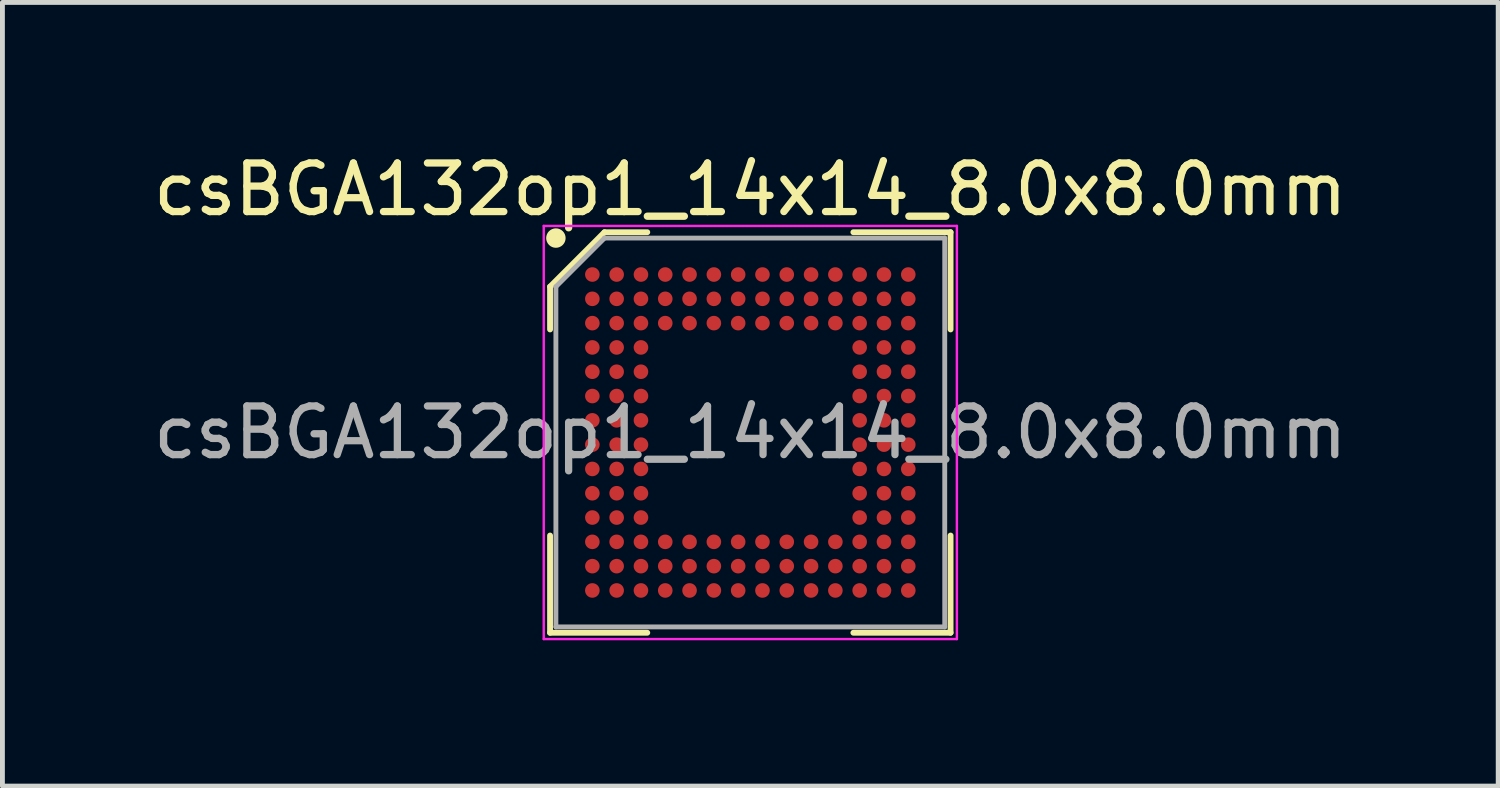
<source format=kicad_pcb>
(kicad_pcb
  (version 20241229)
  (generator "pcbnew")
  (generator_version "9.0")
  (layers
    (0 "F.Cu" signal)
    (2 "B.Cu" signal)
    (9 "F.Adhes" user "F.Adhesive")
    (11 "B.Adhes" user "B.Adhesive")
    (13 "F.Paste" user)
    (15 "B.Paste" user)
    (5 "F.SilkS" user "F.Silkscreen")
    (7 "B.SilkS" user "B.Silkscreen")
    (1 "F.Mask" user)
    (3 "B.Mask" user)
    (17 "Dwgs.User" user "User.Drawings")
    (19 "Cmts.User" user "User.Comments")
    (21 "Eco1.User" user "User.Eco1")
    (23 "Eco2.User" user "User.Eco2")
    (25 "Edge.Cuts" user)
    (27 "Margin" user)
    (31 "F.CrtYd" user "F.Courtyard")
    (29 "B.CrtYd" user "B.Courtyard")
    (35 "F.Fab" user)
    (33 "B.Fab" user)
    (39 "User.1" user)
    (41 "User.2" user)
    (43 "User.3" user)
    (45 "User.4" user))
  (footprint "csBGA132op1_14x14_8.0x8.0mm"
    (layer "F.Cu")
    (at 12.387 5.848)
    (property "Reference" "csBGA132op1_14x14_8.0x8.0mm" (at 0 -5 0) (layer "F.SilkS") (effects (font (size 1 1) (thickness 0.15))))
    (attr smd)
    (fp_line (start -4.12 -3) (end -4.12 -2.12) (stroke (width 0.12) (type default)) (layer "F.SilkS"))
    (fp_line (start -4.12 4.12) (end -4.12 2.12) (stroke (width 0.12) (type default)) (layer "F.SilkS"))
    (fp_line (start -3 -4.12) (end -4.12 -3) (stroke (width 0.12) (type default)) (layer "F.SilkS"))
    (fp_line (start -2.12 -4.12) (end -3 -4.12) (stroke (width 0.12) (type default)) (layer "F.SilkS"))
    (fp_line (start -2.12 4.12) (end -4.12 4.12) (stroke (width 0.12) (type default)) (layer "F.SilkS"))
    (fp_line (start 2.12 -4.12) (end 4.12 -4.12) (stroke (width 0.12) (type default)) (layer "F.SilkS"))
    (fp_line (start 2.12 4.12) (end 4.12 4.12) (stroke (width 0.12) (type default)) (layer "F.SilkS"))
    (fp_line (start 4.12 -4.12) (end 4.12 -2.12) (stroke (width 0.12) (type default)) (layer "F.SilkS"))
    (fp_line (start 4.12 4.12) (end 4.12 2.12) (stroke (width 0.12) (type default)) (layer "F.SilkS"))
    (fp_circle (center -4 -4) (end -4 -3.9) (stroke (width 0.2) (type default)) (fill no) (layer "F.SilkS"))
    (fp_line (start -4.25 -4.25) (end 4.25 -4.25) (stroke (width 0.05) (type default)) (layer "F.CrtYd"))
    (fp_line (start -4.25 4.25) (end -4.25 -4.25) (stroke (width 0.05) (type default)) (layer "F.CrtYd"))
    (fp_line (start 4.25 -4.25) (end 4.25 4.25) (stroke (width 0.05) (type default)) (layer "F.CrtYd"))
    (fp_line (start 4.25 4.25) (end -4.25 4.25) (stroke (width 0.05) (type default)) (layer "F.CrtYd"))
    (fp_line (start -4 -3) (end -4 4) (stroke (width 0.1) (type default)) (layer "F.Fab"))
    (fp_line (start -4 4) (end 4 4) (stroke (width 0.1) (type default)) (layer "F.Fab"))
    (fp_line (start -3 -4) (end -4 -3) (stroke (width 0.1) (type default)) (layer "F.Fab"))
    (fp_line (start 4 -4) (end -3 -4) (stroke (width 0.1) (type default)) (layer "F.Fab"))
    (fp_line (start 4 4) (end 4 -4) (stroke (width 0.1) (type default)) (layer "F.Fab"))
    (fp_text user "${REFERENCE}" (at 0 0 0) (layer "F.Fab") (effects (font (size 1 1) (thickness 0.15))))
    (pad "A1" smd circle (at -3.25 -3.25) (size 0.3 0.3) (layers "F.Cu" "F.Mask" "F.Paste"))
    (pad "A2" smd circle (at -2.75 -3.25) (size 0.3 0.3) (layers "F.Cu" "F.Mask" "F.Paste"))
    (pad "A3" smd circle (at -2.25 -3.25) (size 0.3 0.3) (layers "F.Cu" "F.Mask" "F.Paste"))
    (pad "A4" smd circle (at -1.75 -3.25) (size 0.3 0.3) (layers "F.Cu" "F.Mask" "F.Paste"))
    (pad "A5" smd circle (at -1.25 -3.25) (size 0.3 0.3) (layers "F.Cu" "F.Mask" "F.Paste"))
    (pad "A6" smd circle (at -0.75 -3.25) (size 0.3 0.3) (layers "F.Cu" "F.Mask" "F.Paste"))
    (pad "A7" smd circle (at -0.25 -3.25) (size 0.3 0.3) (layers "F.Cu" "F.Mask" "F.Paste"))
    (pad "A8" smd circle (at 0.25 -3.25) (size 0.3 0.3) (layers "F.Cu" "F.Mask" "F.Paste"))
    (pad "A9" smd circle (at 0.75 -3.25) (size 0.3 0.3) (layers "F.Cu" "F.Mask" "F.Paste"))
    (pad "A10" smd circle (at 1.25 -3.25) (size 0.3 0.3) (layers "F.Cu" "F.Mask" "F.Paste"))
    (pad "A11" smd circle (at 1.75 -3.25) (size 0.3 0.3) (layers "F.Cu" "F.Mask" "F.Paste"))
    (pad "A12" smd circle (at 2.25 -3.25) (size 0.3 0.3) (layers "F.Cu" "F.Mask" "F.Paste"))
    (pad "A13" smd circle (at 2.75 -3.25) (size 0.3 0.3) (layers "F.Cu" "F.Mask" "F.Paste"))
    (pad "A14" smd circle (at 3.25 -3.25) (size 0.3 0.3) (layers "F.Cu" "F.Mask" "F.Paste"))
    (pad "B1" smd circle (at -3.25 -2.75) (size 0.3 0.3) (layers "F.Cu" "F.Mask" "F.Paste"))
    (pad "B2" smd circle (at -2.75 -2.75) (size 0.3 0.3) (layers "F.Cu" "F.Mask" "F.Paste"))
    (pad "B3" smd circle (at -2.25 -2.75) (size 0.3 0.3) (layers "F.Cu" "F.Mask" "F.Paste"))
    (pad "B4" smd circle (at -1.75 -2.75) (size 0.3 0.3) (layers "F.Cu" "F.Mask" "F.Paste"))
    (pad "B5" smd circle (at -1.25 -2.75) (size 0.3 0.3) (layers "F.Cu" "F.Mask" "F.Paste"))
    (pad "B6" smd circle (at -0.75 -2.75) (size 0.3 0.3) (layers "F.Cu" "F.Mask" "F.Paste"))
    (pad "B7" smd circle (at -0.25 -2.75) (size 0.3 0.3) (layers "F.Cu" "F.Mask" "F.Paste"))
    (pad "B8" smd circle (at 0.25 -2.75) (size 0.3 0.3) (layers "F.Cu" "F.Mask" "F.Paste"))
    (pad "B9" smd circle (at 0.75 -2.75) (size 0.3 0.3) (layers "F.Cu" "F.Mask" "F.Paste"))
    (pad "B10" smd circle (at 1.25 -2.75) (size 0.3 0.3) (layers "F.Cu" "F.Mask" "F.Paste"))
    (pad "B11" smd circle (at 1.75 -2.75) (size 0.3 0.3) (layers "F.Cu" "F.Mask" "F.Paste"))
    (pad "B12" smd circle (at 2.25 -2.75) (size 0.3 0.3) (layers "F.Cu" "F.Mask" "F.Paste"))
    (pad "B13" smd circle (at 2.75 -2.75) (size 0.3 0.3) (layers "F.Cu" "F.Mask" "F.Paste"))
    (pad "B14" smd circle (at 3.25 -2.75) (size 0.3 0.3) (layers "F.Cu" "F.Mask" "F.Paste"))
    (pad "C1" smd circle (at -3.25 -2.25) (size 0.3 0.3) (layers "F.Cu" "F.Mask" "F.Paste"))
    (pad "C2" smd circle (at -2.75 -2.25) (size 0.3 0.3) (layers "F.Cu" "F.Mask" "F.Paste"))
    (pad "C3" smd circle (at -2.25 -2.25) (size 0.3 0.3) (layers "F.Cu" "F.Mask" "F.Paste"))
    (pad "C4" smd circle (at -1.75 -2.25) (size 0.3 0.3) (layers "F.Cu" "F.Mask" "F.Paste"))
    (pad "C5" smd circle (at -1.25 -2.25) (size 0.3 0.3) (layers "F.Cu" "F.Mask" "F.Paste"))
    (pad "C6" smd circle (at -0.75 -2.25) (size 0.3 0.3) (layers "F.Cu" "F.Mask" "F.Paste"))
    (pad "C7" smd circle (at -0.25 -2.25) (size 0.3 0.3) (layers "F.Cu" "F.Mask" "F.Paste"))
    (pad "C8" smd circle (at 0.25 -2.25) (size 0.3 0.3) (layers "F.Cu" "F.Mask" "F.Paste"))
    (pad "C9" smd circle (at 0.75 -2.25) (size 0.3 0.3) (layers "F.Cu" "F.Mask" "F.Paste"))
    (pad "C10" smd circle (at 1.25 -2.25) (size 0.3 0.3) (layers "F.Cu" "F.Mask" "F.Paste"))
    (pad "C11" smd circle (at 1.75 -2.25) (size 0.3 0.3) (layers "F.Cu" "F.Mask" "F.Paste"))
    (pad "C12" smd circle (at 2.25 -2.25) (size 0.3 0.3) (layers "F.Cu" "F.Mask" "F.Paste"))
    (pad "C13" smd circle (at 2.75 -2.25) (size 0.3 0.3) (layers "F.Cu" "F.Mask" "F.Paste"))
    (pad "C14" smd circle (at 3.25 -2.25) (size 0.3 0.3) (layers "F.Cu" "F.Mask" "F.Paste"))
    (pad "D1" smd circle (at -3.25 -1.75) (size 0.3 0.3) (layers "F.Cu" "F.Mask" "F.Paste"))
    (pad "D2" smd circle (at -2.75 -1.75) (size 0.3 0.3) (layers "F.Cu" "F.Mask" "F.Paste"))
    (pad "D3" smd circle (at -2.25 -1.75) (size 0.3 0.3) (layers "F.Cu" "F.Mask" "F.Paste"))
    (pad "D12" smd circle (at 2.25 -1.75) (size 0.3 0.3) (layers "F.Cu" "F.Mask" "F.Paste"))
    (pad "D13" smd circle (at 2.75 -1.75) (size 0.3 0.3) (layers "F.Cu" "F.Mask" "F.Paste"))
    (pad "D14" smd circle (at 3.25 -1.75) (size 0.3 0.3) (layers "F.Cu" "F.Mask" "F.Paste"))
    (pad "E1" smd circle (at -3.25 -1.25) (size 0.3 0.3) (layers "F.Cu" "F.Mask" "F.Paste"))
    (pad "E2" smd circle (at -2.75 -1.25) (size 0.3 0.3) (layers "F.Cu" "F.Mask" "F.Paste"))
    (pad "E3" smd circle (at -2.25 -1.25) (size 0.3 0.3) (layers "F.Cu" "F.Mask" "F.Paste"))
    (pad "E12" smd circle (at 2.25 -1.25) (size 0.3 0.3) (layers "F.Cu" "F.Mask" "F.Paste"))
    (pad "E13" smd circle (at 2.75 -1.25) (size 0.3 0.3) (layers "F.Cu" "F.Mask" "F.Paste"))
    (pad "E14" smd circle (at 3.25 -1.25) (size 0.3 0.3) (layers "F.Cu" "F.Mask" "F.Paste"))
    (pad "F1" smd circle (at -3.25 -0.75) (size 0.3 0.3) (layers "F.Cu" "F.Mask" "F.Paste"))
    (pad "F2" smd circle (at -2.75 -0.75) (size 0.3 0.3) (layers "F.Cu" "F.Mask" "F.Paste"))
    (pad "F3" smd circle (at -2.25 -0.75) (size 0.3 0.3) (layers "F.Cu" "F.Mask" "F.Paste"))
    (pad "F12" smd circle (at 2.25 -0.75) (size 0.3 0.3) (layers "F.Cu" "F.Mask" "F.Paste"))
    (pad "F13" smd circle (at 2.75 -0.75) (size 0.3 0.3) (layers "F.Cu" "F.Mask" "F.Paste"))
    (pad "F14" smd circle (at 3.25 -0.75) (size 0.3 0.3) (layers "F.Cu" "F.Mask" "F.Paste"))
    (pad "G1" smd circle (at -3.25 -0.25) (size 0.3 0.3) (layers "F.Cu" "F.Mask" "F.Paste"))
    (pad "G2" smd circle (at -2.75 -0.25) (size 0.3 0.3) (layers "F.Cu" "F.Mask" "F.Paste"))
    (pad "G3" smd circle (at -2.25 -0.25) (size 0.3 0.3) (layers "F.Cu" "F.Mask" "F.Paste"))
    (pad "G12" smd circle (at 2.25 -0.25) (size 0.3 0.3) (layers "F.Cu" "F.Mask" "F.Paste"))
    (pad "G13" smd circle (at 2.75 -0.25) (size 0.3 0.3) (layers "F.Cu" "F.Mask" "F.Paste"))
    (pad "G14" smd circle (at 3.25 -0.25) (size 0.3 0.3) (layers "F.Cu" "F.Mask" "F.Paste"))
    (pad "H1" smd circle (at -3.25 0.25) (size 0.3 0.3) (layers "F.Cu" "F.Mask" "F.Paste"))
    (pad "H2" smd circle (at -2.75 0.25) (size 0.3 0.3) (layers "F.Cu" "F.Mask" "F.Paste"))
    (pad "H3" smd circle (at -2.25 0.25) (size 0.3 0.3) (layers "F.Cu" "F.Mask" "F.Paste"))
    (pad "H12" smd circle (at 2.25 0.25) (size 0.3 0.3) (layers "F.Cu" "F.Mask" "F.Paste"))
    (pad "H13" smd circle (at 2.75 0.25) (size 0.3 0.3) (layers "F.Cu" "F.Mask" "F.Paste"))
    (pad "H14" smd circle (at 3.25 0.25) (size 0.3 0.3) (layers "F.Cu" "F.Mask" "F.Paste"))
    (pad "J1" smd circle (at -3.25 0.75) (size 0.3 0.3) (layers "F.Cu" "F.Mask" "F.Paste"))
    (pad "J2" smd circle (at -2.75 0.75) (size 0.3 0.3) (layers "F.Cu" "F.Mask" "F.Paste"))
    (pad "J3" smd circle (at -2.25 0.75) (size 0.3 0.3) (layers "F.Cu" "F.Mask" "F.Paste"))
    (pad "J12" smd circle (at 2.25 0.75) (size 0.3 0.3) (layers "F.Cu" "F.Mask" "F.Paste"))
    (pad "J13" smd circle (at 2.75 0.75) (size 0.3 0.3) (layers "F.Cu" "F.Mask" "F.Paste"))
    (pad "J14" smd circle (at 3.25 0.75) (size 0.3 0.3) (layers "F.Cu" "F.Mask" "F.Paste"))
    (pad "K1" smd circle (at -3.25 1.25) (size 0.3 0.3) (layers "F.Cu" "F.Mask" "F.Paste"))
    (pad "K2" smd circle (at -2.75 1.25) (size 0.3 0.3) (layers "F.Cu" "F.Mask" "F.Paste"))
    (pad "K3" smd circle (at -2.25 1.25) (size 0.3 0.3) (layers "F.Cu" "F.Mask" "F.Paste"))
    (pad "K12" smd circle (at 2.25 1.25) (size 0.3 0.3) (layers "F.Cu" "F.Mask" "F.Paste"))
    (pad "K13" smd circle (at 2.75 1.25) (size 0.3 0.3) (layers "F.Cu" "F.Mask" "F.Paste"))
    (pad "K14" smd circle (at 3.25 1.25) (size 0.3 0.3) (layers "F.Cu" "F.Mask" "F.Paste"))
    (pad "L1" smd circle (at -3.25 1.75) (size 0.3 0.3) (layers "F.Cu" "F.Mask" "F.Paste"))
    (pad "L2" smd circle (at -2.75 1.75) (size 0.3 0.3) (layers "F.Cu" "F.Mask" "F.Paste"))
    (pad "L3" smd circle (at -2.25 1.75) (size 0.3 0.3) (layers "F.Cu" "F.Mask" "F.Paste"))
    (pad "L12" smd circle (at 2.25 1.75) (size 0.3 0.3) (layers "F.Cu" "F.Mask" "F.Paste"))
    (pad "L13" smd circle (at 2.75 1.75) (size 0.3 0.3) (layers "F.Cu" "F.Mask" "F.Paste"))
    (pad "L14" smd circle (at 3.25 1.75) (size 0.3 0.3) (layers "F.Cu" "F.Mask" "F.Paste"))
    (pad "M1" smd circle (at -3.25 2.25) (size 0.3 0.3) (layers "F.Cu" "F.Mask" "F.Paste"))
    (pad "M2" smd circle (at -2.75 2.25) (size 0.3 0.3) (layers "F.Cu" "F.Mask" "F.Paste"))
    (pad "M3" smd circle (at -2.25 2.25) (size 0.3 0.3) (layers "F.Cu" "F.Mask" "F.Paste"))
    (pad "M4" smd circle (at -1.75 2.25) (size 0.3 0.3) (layers "F.Cu" "F.Mask" "F.Paste"))
    (pad "M5" smd circle (at -1.25 2.25) (size 0.3 0.3) (layers "F.Cu" "F.Mask" "F.Paste"))
    (pad "M6" smd circle (at -0.75 2.25) (size 0.3 0.3) (layers "F.Cu" "F.Mask" "F.Paste"))
    (pad "M7" smd circle (at -0.25 2.25) (size 0.3 0.3) (layers "F.Cu" "F.Mask" "F.Paste"))
    (pad "M8" smd circle (at 0.25 2.25) (size 0.3 0.3) (layers "F.Cu" "F.Mask" "F.Paste"))
    (pad "M9" smd circle (at 0.75 2.25) (size 0.3 0.3) (layers "F.Cu" "F.Mask" "F.Paste"))
    (pad "M10" smd circle (at 1.25 2.25) (size 0.3 0.3) (layers "F.Cu" "F.Mask" "F.Paste"))
    (pad "M11" smd circle (at 1.75 2.25) (size 0.3 0.3) (layers "F.Cu" "F.Mask" "F.Paste"))
    (pad "M12" smd circle (at 2.25 2.25) (size 0.3 0.3) (layers "F.Cu" "F.Mask" "F.Paste"))
    (pad "M13" smd circle (at 2.75 2.25) (size 0.3 0.3) (layers "F.Cu" "F.Mask" "F.Paste"))
    (pad "M14" smd circle (at 3.25 2.25) (size 0.3 0.3) (layers "F.Cu" "F.Mask" "F.Paste"))
    (pad "N1" smd circle (at -3.25 2.75) (size 0.3 0.3) (layers "F.Cu" "F.Mask" "F.Paste"))
    (pad "N2" smd circle (at -2.75 2.75) (size 0.3 0.3) (layers "F.Cu" "F.Mask" "F.Paste"))
    (pad "N3" smd circle (at -2.25 2.75) (size 0.3 0.3) (layers "F.Cu" "F.Mask" "F.Paste"))
    (pad "N4" smd circle (at -1.75 2.75) (size 0.3 0.3) (layers "F.Cu" "F.Mask" "F.Paste"))
    (pad "N5" smd circle (at -1.25 2.75) (size 0.3 0.3) (layers "F.Cu" "F.Mask" "F.Paste"))
    (pad "N6" smd circle (at -0.75 2.75) (size 0.3 0.3) (layers "F.Cu" "F.Mask" "F.Paste"))
    (pad "N7" smd circle (at -0.25 2.75) (size 0.3 0.3) (layers "F.Cu" "F.Mask" "F.Paste"))
    (pad "N8" smd circle (at 0.25 2.75) (size 0.3 0.3) (layers "F.Cu" "F.Mask" "F.Paste"))
    (pad "N9" smd circle (at 0.75 2.75) (size 0.3 0.3) (layers "F.Cu" "F.Mask" "F.Paste"))
    (pad "N10" smd circle (at 1.25 2.75) (size 0.3 0.3) (layers "F.Cu" "F.Mask" "F.Paste"))
    (pad "N11" smd circle (at 1.75 2.75) (size 0.3 0.3) (layers "F.Cu" "F.Mask" "F.Paste"))
    (pad "N12" smd circle (at 2.25 2.75) (size 0.3 0.3) (layers "F.Cu" "F.Mask" "F.Paste"))
    (pad "N13" smd circle (at 2.75 2.75) (size 0.3 0.3) (layers "F.Cu" "F.Mask" "F.Paste"))
    (pad "N14" smd circle (at 3.25 2.75) (size 0.3 0.3) (layers "F.Cu" "F.Mask" "F.Paste"))
    (pad "P1" smd circle (at -3.25 3.25) (size 0.3 0.3) (layers "F.Cu" "F.Mask" "F.Paste"))
    (pad "P2" smd circle (at -2.75 3.25) (size 0.3 0.3) (layers "F.Cu" "F.Mask" "F.Paste"))
    (pad "P3" smd circle (at -2.25 3.25) (size 0.3 0.3) (layers "F.Cu" "F.Mask" "F.Paste"))
    (pad "P4" smd circle (at -1.75 3.25) (size 0.3 0.3) (layers "F.Cu" "F.Mask" "F.Paste"))
    (pad "P5" smd circle (at -1.25 3.25) (size 0.3 0.3) (layers "F.Cu" "F.Mask" "F.Paste"))
    (pad "P6" smd circle (at -0.75 3.25) (size 0.3 0.3) (layers "F.Cu" "F.Mask" "F.Paste"))
    (pad "P7" smd circle (at -0.25 3.25) (size 0.3 0.3) (layers "F.Cu" "F.Mask" "F.Paste"))
    (pad "P8" smd circle (at 0.25 3.25) (size 0.3 0.3) (layers "F.Cu" "F.Mask" "F.Paste"))
    (pad "P9" smd circle (at 0.75 3.25) (size 0.3 0.3) (layers "F.Cu" "F.Mask" "F.Paste"))
    (pad "P10" smd circle (at 1.25 3.25) (size 0.3 0.3) (layers "F.Cu" "F.Mask" "F.Paste"))
    (pad "P11" smd circle (at 1.75 3.25) (size 0.3 0.3) (layers "F.Cu" "F.Mask" "F.Paste"))
    (pad "P12" smd circle (at 2.25 3.25) (size 0.3 0.3) (layers "F.Cu" "F.Mask" "F.Paste"))
    (pad "P13" smd circle (at 2.75 3.25) (size 0.3 0.3) (layers "F.Cu" "F.Mask" "F.Paste"))
    (pad "P14" smd circle (at 3.25 3.25) (size 0.3 0.3) (layers "F.Cu" "F.Mask" "F.Paste")))
  (gr_rect
    (start -3 -3)
    (end 27.774 13.123)
    (stroke (width 0.1) (type default))
    (fill no)
    (layer "Edge.Cuts")))
</source>
